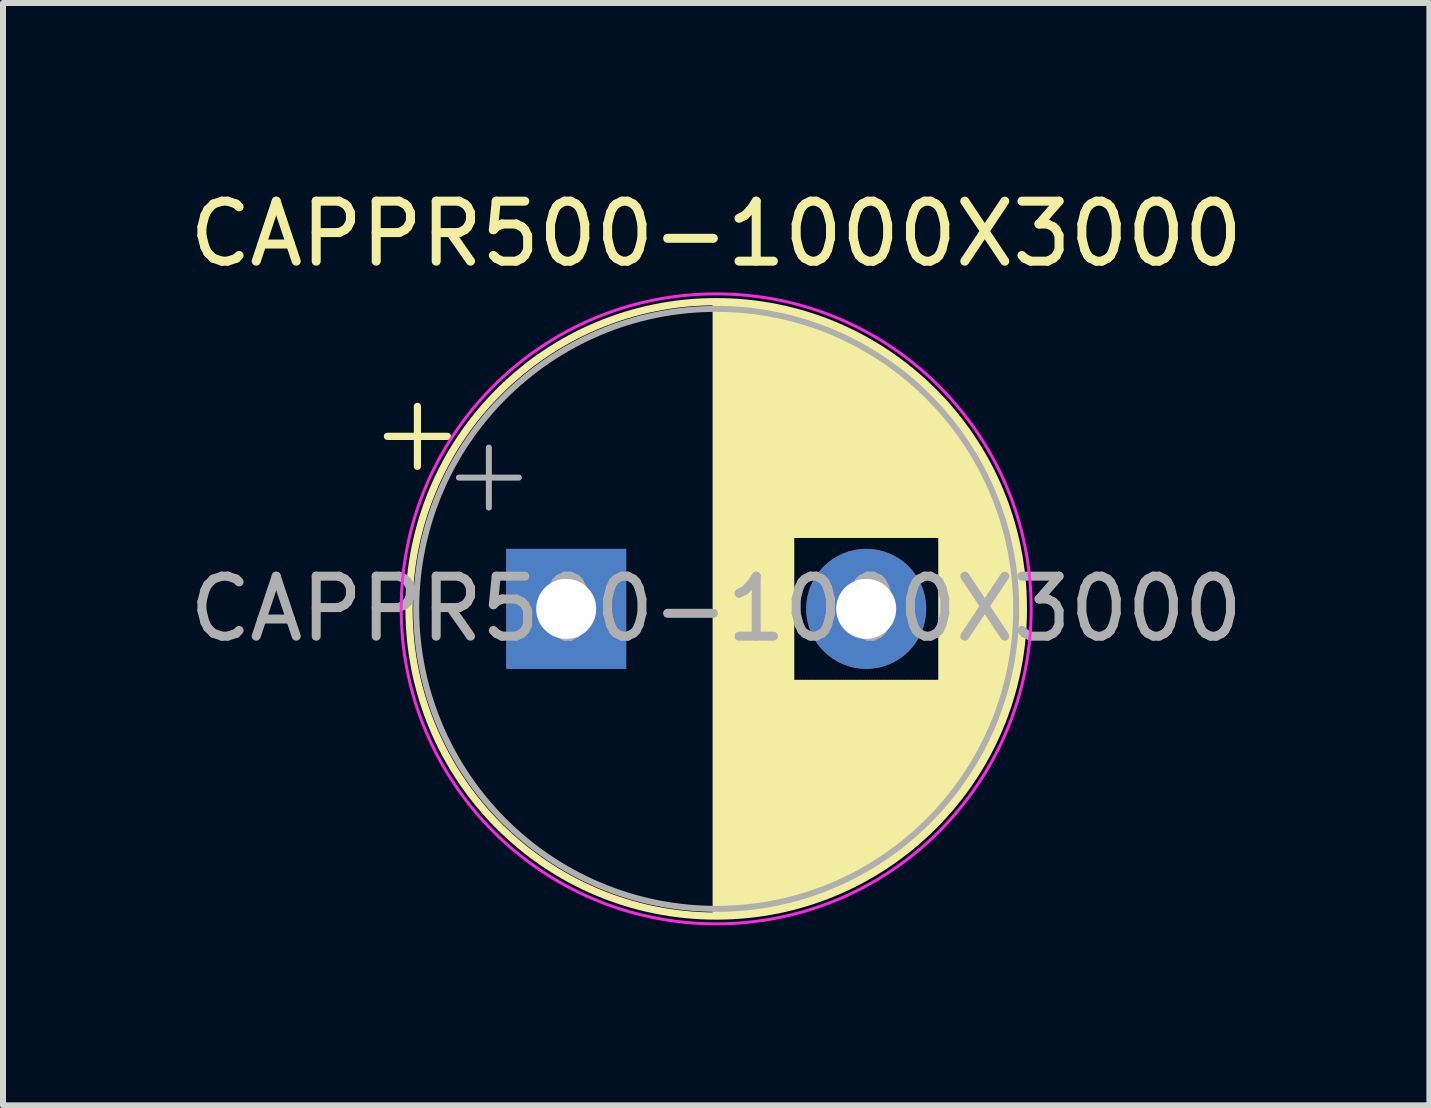
<source format=kicad_pcb>
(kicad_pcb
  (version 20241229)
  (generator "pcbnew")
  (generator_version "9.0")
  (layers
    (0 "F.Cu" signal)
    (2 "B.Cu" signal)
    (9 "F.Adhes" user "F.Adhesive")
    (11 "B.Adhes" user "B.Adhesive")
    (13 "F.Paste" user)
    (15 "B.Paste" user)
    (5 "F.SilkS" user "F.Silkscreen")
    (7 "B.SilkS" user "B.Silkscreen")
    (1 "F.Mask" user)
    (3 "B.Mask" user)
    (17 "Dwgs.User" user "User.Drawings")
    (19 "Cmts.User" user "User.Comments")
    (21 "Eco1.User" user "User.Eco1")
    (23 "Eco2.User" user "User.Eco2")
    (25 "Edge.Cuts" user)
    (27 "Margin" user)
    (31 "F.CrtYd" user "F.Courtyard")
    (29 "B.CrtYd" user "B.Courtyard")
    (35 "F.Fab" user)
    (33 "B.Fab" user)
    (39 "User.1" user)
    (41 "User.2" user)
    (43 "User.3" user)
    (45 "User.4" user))
  (footprint "CAPPR500-1000X3000"
    (layer "F.Cu")
    (at 6.387 7.098)
    (property "Reference" "CAPPR500-1000X3000" (at 2.5 -6.25 0) (layer "F.SilkS") (effects (font (size 1 1) (thickness 0.15))))
    (attr through_hole)
    (fp_line (start -2.98 -2.875) (end -1.98 -2.875) (stroke (width 0.12) (type solid)) (layer "F.SilkS"))
    (fp_line (start -2.48 -3.375) (end -2.48 -2.375) (stroke (width 0.12) (type solid)) (layer "F.SilkS"))
    (fp_line (start 2.5 -5.08) (end 2.5 5.08) (stroke (width 0.12) (type solid)) (layer "F.SilkS"))
    (fp_line (start 2.54 -5.08) (end 2.54 5.08) (stroke (width 0.12) (type solid)) (layer "F.SilkS"))
    (fp_line (start 2.58 -5.08) (end 2.58 5.08) (stroke (width 0.12) (type solid)) (layer "F.SilkS"))
    (fp_line (start 2.62 -5.079) (end 2.62 5.079) (stroke (width 0.12) (type solid)) (layer "F.SilkS"))
    (fp_line (start 2.66 -5.078) (end 2.66 5.078) (stroke (width 0.12) (type solid)) (layer "F.SilkS"))
    (fp_line (start 2.7 -5.077) (end 2.7 5.077) (stroke (width 0.12) (type solid)) (layer "F.SilkS"))
    (fp_line (start 2.74 -5.075) (end 2.74 5.075) (stroke (width 0.12) (type solid)) (layer "F.SilkS"))
    (fp_line (start 2.78 -5.073) (end 2.78 5.073) (stroke (width 0.12) (type solid)) (layer "F.SilkS"))
    (fp_line (start 2.82 -5.07) (end 2.82 5.07) (stroke (width 0.12) (type solid)) (layer "F.SilkS"))
    (fp_line (start 2.86 -5.068) (end 2.86 5.068) (stroke (width 0.12) (type solid)) (layer "F.SilkS"))
    (fp_line (start 2.9 -5.065) (end 2.9 5.065) (stroke (width 0.12) (type solid)) (layer "F.SilkS"))
    (fp_line (start 2.94 -5.062) (end 2.94 5.062) (stroke (width 0.12) (type solid)) (layer "F.SilkS"))
    (fp_line (start 2.98 -5.058) (end 2.98 5.058) (stroke (width 0.12) (type solid)) (layer "F.SilkS"))
    (fp_line (start 3.02 -5.054) (end 3.02 5.054) (stroke (width 0.12) (type solid)) (layer "F.SilkS"))
    (fp_line (start 3.06 -5.05) (end 3.06 5.05) (stroke (width 0.12) (type solid)) (layer "F.SilkS"))
    (fp_line (start 3.1 -5.045) (end 3.1 5.045) (stroke (width 0.12) (type solid)) (layer "F.SilkS"))
    (fp_line (start 3.14 -5.04) (end 3.14 5.04) (stroke (width 0.12) (type solid)) (layer "F.SilkS"))
    (fp_line (start 3.18 -5.035) (end 3.18 5.035) (stroke (width 0.12) (type solid)) (layer "F.SilkS"))
    (fp_line (start 3.221 -5.03) (end 3.221 5.03) (stroke (width 0.12) (type solid)) (layer "F.SilkS"))
    (fp_line (start 3.261 -5.024) (end 3.261 5.024) (stroke (width 0.12) (type solid)) (layer "F.SilkS"))
    (fp_line (start 3.301 -5.018) (end 3.301 5.018) (stroke (width 0.12) (type solid)) (layer "F.SilkS"))
    (fp_line (start 3.341 -5.011) (end 3.341 5.011) (stroke (width 0.12) (type solid)) (layer "F.SilkS"))
    (fp_line (start 3.381 -5.004) (end 3.381 5.004) (stroke (width 0.12) (type solid)) (layer "F.SilkS"))
    (fp_line (start 3.421 -4.997) (end 3.421 4.997) (stroke (width 0.12) (type solid)) (layer "F.SilkS"))
    (fp_line (start 3.461 -4.99) (end 3.461 4.99) (stroke (width 0.12) (type solid)) (layer "F.SilkS"))
    (fp_line (start 3.501 -4.982) (end 3.501 4.982) (stroke (width 0.12) (type solid)) (layer "F.SilkS"))
    (fp_line (start 3.541 -4.974) (end 3.541 4.974) (stroke (width 0.12) (type solid)) (layer "F.SilkS"))
    (fp_line (start 3.581 -4.965) (end 3.581 4.965) (stroke (width 0.12) (type solid)) (layer "F.SilkS"))
    (fp_line (start 3.621 -4.956) (end 3.621 4.956) (stroke (width 0.12) (type solid)) (layer "F.SilkS"))
    (fp_line (start 3.661 -4.947) (end 3.661 4.947) (stroke (width 0.12) (type solid)) (layer "F.SilkS"))
    (fp_line (start 3.701 -4.938) (end 3.701 4.938) (stroke (width 0.12) (type solid)) (layer "F.SilkS"))
    (fp_line (start 3.741 -4.928) (end 3.741 4.928) (stroke (width 0.12) (type solid)) (layer "F.SilkS"))
    (fp_line (start 3.781 -4.918) (end 3.781 -1.241) (stroke (width 0.12) (type solid)) (layer "F.SilkS"))
    (fp_line (start 3.781 1.241) (end 3.781 4.918) (stroke (width 0.12) (type solid)) (layer "F.SilkS"))
    (fp_line (start 3.821 -4.907) (end 3.821 -1.241) (stroke (width 0.12) (type solid)) (layer "F.SilkS"))
    (fp_line (start 3.821 1.241) (end 3.821 4.907) (stroke (width 0.12) (type solid)) (layer "F.SilkS"))
    (fp_line (start 3.861 -4.897) (end 3.861 -1.241) (stroke (width 0.12) (type solid)) (layer "F.SilkS"))
    (fp_line (start 3.861 1.241) (end 3.861 4.897) (stroke (width 0.12) (type solid)) (layer "F.SilkS"))
    (fp_line (start 3.901 -4.885) (end 3.901 -1.241) (stroke (width 0.12) (type solid)) (layer "F.SilkS"))
    (fp_line (start 3.901 1.241) (end 3.901 4.885) (stroke (width 0.12) (type solid)) (layer "F.SilkS"))
    (fp_line (start 3.941 -4.874) (end 3.941 -1.241) (stroke (width 0.12) (type solid)) (layer "F.SilkS"))
    (fp_line (start 3.941 1.241) (end 3.941 4.874) (stroke (width 0.12) (type solid)) (layer "F.SilkS"))
    (fp_line (start 3.981 -4.862) (end 3.981 -1.241) (stroke (width 0.12) (type solid)) (layer "F.SilkS"))
    (fp_line (start 3.981 1.241) (end 3.981 4.862) (stroke (width 0.12) (type solid)) (layer "F.SilkS"))
    (fp_line (start 4.021 -4.85) (end 4.021 -1.241) (stroke (width 0.12) (type solid)) (layer "F.SilkS"))
    (fp_line (start 4.021 1.241) (end 4.021 4.85) (stroke (width 0.12) (type solid)) (layer "F.SilkS"))
    (fp_line (start 4.061 -4.837) (end 4.061 -1.241) (stroke (width 0.12) (type solid)) (layer "F.SilkS"))
    (fp_line (start 4.061 1.241) (end 4.061 4.837) (stroke (width 0.12) (type solid)) (layer "F.SilkS"))
    (fp_line (start 4.101 -4.824) (end 4.101 -1.241) (stroke (width 0.12) (type solid)) (layer "F.SilkS"))
    (fp_line (start 4.101 1.241) (end 4.101 4.824) (stroke (width 0.12) (type solid)) (layer "F.SilkS"))
    (fp_line (start 4.141 -4.811) (end 4.141 -1.241) (stroke (width 0.12) (type solid)) (layer "F.SilkS"))
    (fp_line (start 4.141 1.241) (end 4.141 4.811) (stroke (width 0.12) (type solid)) (layer "F.SilkS"))
    (fp_line (start 4.181 -4.797) (end 4.181 -1.241) (stroke (width 0.12) (type solid)) (layer "F.SilkS"))
    (fp_line (start 4.181 1.241) (end 4.181 4.797) (stroke (width 0.12) (type solid)) (layer "F.SilkS"))
    (fp_line (start 4.221 -4.783) (end 4.221 -1.241) (stroke (width 0.12) (type solid)) (layer "F.SilkS"))
    (fp_line (start 4.221 1.241) (end 4.221 4.783) (stroke (width 0.12) (type solid)) (layer "F.SilkS"))
    (fp_line (start 4.261 -4.768) (end 4.261 -1.241) (stroke (width 0.12) (type solid)) (layer "F.SilkS"))
    (fp_line (start 4.261 1.241) (end 4.261 4.768) (stroke (width 0.12) (type solid)) (layer "F.SilkS"))
    (fp_line (start 4.301 -4.754) (end 4.301 -1.241) (stroke (width 0.12) (type solid)) (layer "F.SilkS"))
    (fp_line (start 4.301 1.241) (end 4.301 4.754) (stroke (width 0.12) (type solid)) (layer "F.SilkS"))
    (fp_line (start 4.341 -4.738) (end 4.341 -1.241) (stroke (width 0.12) (type solid)) (layer "F.SilkS"))
    (fp_line (start 4.341 1.241) (end 4.341 4.738) (stroke (width 0.12) (type solid)) (layer "F.SilkS"))
    (fp_line (start 4.381 -4.723) (end 4.381 -1.241) (stroke (width 0.12) (type solid)) (layer "F.SilkS"))
    (fp_line (start 4.381 1.241) (end 4.381 4.723) (stroke (width 0.12) (type solid)) (layer "F.SilkS"))
    (fp_line (start 4.421 -4.707) (end 4.421 -1.241) (stroke (width 0.12) (type solid)) (layer "F.SilkS"))
    (fp_line (start 4.421 1.241) (end 4.421 4.707) (stroke (width 0.12) (type solid)) (layer "F.SilkS"))
    (fp_line (start 4.461 -4.69) (end 4.461 -1.241) (stroke (width 0.12) (type solid)) (layer "F.SilkS"))
    (fp_line (start 4.461 1.241) (end 4.461 4.69) (stroke (width 0.12) (type solid)) (layer "F.SilkS"))
    (fp_line (start 4.501 -4.674) (end 4.501 -1.241) (stroke (width 0.12) (type solid)) (layer "F.SilkS"))
    (fp_line (start 4.501 1.241) (end 4.501 4.674) (stroke (width 0.12) (type solid)) (layer "F.SilkS"))
    (fp_line (start 4.541 -4.657) (end 4.541 -1.241) (stroke (width 0.12) (type solid)) (layer "F.SilkS"))
    (fp_line (start 4.541 1.241) (end 4.541 4.657) (stroke (width 0.12) (type solid)) (layer "F.SilkS"))
    (fp_line (start 4.581 -4.639) (end 4.581 -1.241) (stroke (width 0.12) (type solid)) (layer "F.SilkS"))
    (fp_line (start 4.581 1.241) (end 4.581 4.639) (stroke (width 0.12) (type solid)) (layer "F.SilkS"))
    (fp_line (start 4.621 -4.621) (end 4.621 -1.241) (stroke (width 0.12) (type solid)) (layer "F.SilkS"))
    (fp_line (start 4.621 1.241) (end 4.621 4.621) (stroke (width 0.12) (type solid)) (layer "F.SilkS"))
    (fp_line (start 4.661 -4.603) (end 4.661 -1.241) (stroke (width 0.12) (type solid)) (layer "F.SilkS"))
    (fp_line (start 4.661 1.241) (end 4.661 4.603) (stroke (width 0.12) (type solid)) (layer "F.SilkS"))
    (fp_line (start 4.701 -4.584) (end 4.701 -1.241) (stroke (width 0.12) (type solid)) (layer "F.SilkS"))
    (fp_line (start 4.701 1.241) (end 4.701 4.584) (stroke (width 0.12) (type solid)) (layer "F.SilkS"))
    (fp_line (start 4.741 -4.564) (end 4.741 -1.241) (stroke (width 0.12) (type solid)) (layer "F.SilkS"))
    (fp_line (start 4.741 1.241) (end 4.741 4.564) (stroke (width 0.12) (type solid)) (layer "F.SilkS"))
    (fp_line (start 4.781 -4.545) (end 4.781 -1.241) (stroke (width 0.12) (type solid)) (layer "F.SilkS"))
    (fp_line (start 4.781 1.241) (end 4.781 4.545) (stroke (width 0.12) (type solid)) (layer "F.SilkS"))
    (fp_line (start 4.821 -4.525) (end 4.821 -1.241) (stroke (width 0.12) (type solid)) (layer "F.SilkS"))
    (fp_line (start 4.821 1.241) (end 4.821 4.525) (stroke (width 0.12) (type solid)) (layer "F.SilkS"))
    (fp_line (start 4.861 -4.504) (end 4.861 -1.241) (stroke (width 0.12) (type solid)) (layer "F.SilkS"))
    (fp_line (start 4.861 1.241) (end 4.861 4.504) (stroke (width 0.12) (type solid)) (layer "F.SilkS"))
    (fp_line (start 4.901 -4.483) (end 4.901 -1.241) (stroke (width 0.12) (type solid)) (layer "F.SilkS"))
    (fp_line (start 4.901 1.241) (end 4.901 4.483) (stroke (width 0.12) (type solid)) (layer "F.SilkS"))
    (fp_line (start 4.941 -4.462) (end 4.941 -1.241) (stroke (width 0.12) (type solid)) (layer "F.SilkS"))
    (fp_line (start 4.941 1.241) (end 4.941 4.462) (stroke (width 0.12) (type solid)) (layer "F.SilkS"))
    (fp_line (start 4.981 -4.44) (end 4.981 -1.241) (stroke (width 0.12) (type solid)) (layer "F.SilkS"))
    (fp_line (start 4.981 1.241) (end 4.981 4.44) (stroke (width 0.12) (type solid)) (layer "F.SilkS"))
    (fp_line (start 5.021 -4.417) (end 5.021 -1.241) (stroke (width 0.12) (type solid)) (layer "F.SilkS"))
    (fp_line (start 5.021 1.241) (end 5.021 4.417) (stroke (width 0.12) (type solid)) (layer "F.SilkS"))
    (fp_line (start 5.061 -4.395) (end 5.061 -1.241) (stroke (width 0.12) (type solid)) (layer "F.SilkS"))
    (fp_line (start 5.061 1.241) (end 5.061 4.395) (stroke (width 0.12) (type solid)) (layer "F.SilkS"))
    (fp_line (start 5.101 -4.371) (end 5.101 -1.241) (stroke (width 0.12) (type solid)) (layer "F.SilkS"))
    (fp_line (start 5.101 1.241) (end 5.101 4.371) (stroke (width 0.12) (type solid)) (layer "F.SilkS"))
    (fp_line (start 5.141 -4.347) (end 5.141 -1.241) (stroke (width 0.12) (type solid)) (layer "F.SilkS"))
    (fp_line (start 5.141 1.241) (end 5.141 4.347) (stroke (width 0.12) (type solid)) (layer "F.SilkS"))
    (fp_line (start 5.181 -4.323) (end 5.181 -1.241) (stroke (width 0.12) (type solid)) (layer "F.SilkS"))
    (fp_line (start 5.181 1.241) (end 5.181 4.323) (stroke (width 0.12) (type solid)) (layer "F.SilkS"))
    (fp_line (start 5.221 -4.298) (end 5.221 -1.241) (stroke (width 0.12) (type solid)) (layer "F.SilkS"))
    (fp_line (start 5.221 1.241) (end 5.221 4.298) (stroke (width 0.12) (type solid)) (layer "F.SilkS"))
    (fp_line (start 5.261 -4.273) (end 5.261 -1.241) (stroke (width 0.12) (type solid)) (layer "F.SilkS"))
    (fp_line (start 5.261 1.241) (end 5.261 4.273) (stroke (width 0.12) (type solid)) (layer "F.SilkS"))
    (fp_line (start 5.301 -4.247) (end 5.301 -1.241) (stroke (width 0.12) (type solid)) (layer "F.SilkS"))
    (fp_line (start 5.301 1.241) (end 5.301 4.247) (stroke (width 0.12) (type solid)) (layer "F.SilkS"))
    (fp_line (start 5.341 -4.221) (end 5.341 -1.241) (stroke (width 0.12) (type solid)) (layer "F.SilkS"))
    (fp_line (start 5.341 1.241) (end 5.341 4.221) (stroke (width 0.12) (type solid)) (layer "F.SilkS"))
    (fp_line (start 5.381 -4.194) (end 5.381 -1.241) (stroke (width 0.12) (type solid)) (layer "F.SilkS"))
    (fp_line (start 5.381 1.241) (end 5.381 4.194) (stroke (width 0.12) (type solid)) (layer "F.SilkS"))
    (fp_line (start 5.421 -4.166) (end 5.421 -1.241) (stroke (width 0.12) (type solid)) (layer "F.SilkS"))
    (fp_line (start 5.421 1.241) (end 5.421 4.166) (stroke (width 0.12) (type solid)) (layer "F.SilkS"))
    (fp_line (start 5.461 -4.138) (end 5.461 -1.241) (stroke (width 0.12) (type solid)) (layer "F.SilkS"))
    (fp_line (start 5.461 1.241) (end 5.461 4.138) (stroke (width 0.12) (type solid)) (layer "F.SilkS"))
    (fp_line (start 5.501 -4.11) (end 5.501 -1.241) (stroke (width 0.12) (type solid)) (layer "F.SilkS"))
    (fp_line (start 5.501 1.241) (end 5.501 4.11) (stroke (width 0.12) (type solid)) (layer "F.SilkS"))
    (fp_line (start 5.541 -4.08) (end 5.541 -1.241) (stroke (width 0.12) (type solid)) (layer "F.SilkS"))
    (fp_line (start 5.541 1.241) (end 5.541 4.08) (stroke (width 0.12) (type solid)) (layer "F.SilkS"))
    (fp_line (start 5.581 -4.05) (end 5.581 -1.241) (stroke (width 0.12) (type solid)) (layer "F.SilkS"))
    (fp_line (start 5.581 1.241) (end 5.581 4.05) (stroke (width 0.12) (type solid)) (layer "F.SilkS"))
    (fp_line (start 5.621 -4.02) (end 5.621 -1.241) (stroke (width 0.12) (type solid)) (layer "F.SilkS"))
    (fp_line (start 5.621 1.241) (end 5.621 4.02) (stroke (width 0.12) (type solid)) (layer "F.SilkS"))
    (fp_line (start 5.661 -3.989) (end 5.661 -1.241) (stroke (width 0.12) (type solid)) (layer "F.SilkS"))
    (fp_line (start 5.661 1.241) (end 5.661 3.989) (stroke (width 0.12) (type solid)) (layer "F.SilkS"))
    (fp_line (start 5.701 -3.957) (end 5.701 -1.241) (stroke (width 0.12) (type solid)) (layer "F.SilkS"))
    (fp_line (start 5.701 1.241) (end 5.701 3.957) (stroke (width 0.12) (type solid)) (layer "F.SilkS"))
    (fp_line (start 5.741 -3.925) (end 5.741 -1.241) (stroke (width 0.12) (type solid)) (layer "F.SilkS"))
    (fp_line (start 5.741 1.241) (end 5.741 3.925) (stroke (width 0.12) (type solid)) (layer "F.SilkS"))
    (fp_line (start 5.781 -3.892) (end 5.781 -1.241) (stroke (width 0.12) (type solid)) (layer "F.SilkS"))
    (fp_line (start 5.781 1.241) (end 5.781 3.892) (stroke (width 0.12) (type solid)) (layer "F.SilkS"))
    (fp_line (start 5.821 -3.858) (end 5.821 -1.241) (stroke (width 0.12) (type solid)) (layer "F.SilkS"))
    (fp_line (start 5.821 1.241) (end 5.821 3.858) (stroke (width 0.12) (type solid)) (layer "F.SilkS"))
    (fp_line (start 5.861 -3.824) (end 5.861 -1.241) (stroke (width 0.12) (type solid)) (layer "F.SilkS"))
    (fp_line (start 5.861 1.241) (end 5.861 3.824) (stroke (width 0.12) (type solid)) (layer "F.SilkS"))
    (fp_line (start 5.901 -3.789) (end 5.901 -1.241) (stroke (width 0.12) (type solid)) (layer "F.SilkS"))
    (fp_line (start 5.901 1.241) (end 5.901 3.789) (stroke (width 0.12) (type solid)) (layer "F.SilkS"))
    (fp_line (start 5.941 -3.753) (end 5.941 -1.241) (stroke (width 0.12) (type solid)) (layer "F.SilkS"))
    (fp_line (start 5.941 1.241) (end 5.941 3.753) (stroke (width 0.12) (type solid)) (layer "F.SilkS"))
    (fp_line (start 5.981 -3.716) (end 5.981 -1.241) (stroke (width 0.12) (type solid)) (layer "F.SilkS"))
    (fp_line (start 5.981 1.241) (end 5.981 3.716) (stroke (width 0.12) (type solid)) (layer "F.SilkS"))
    (fp_line (start 6.021 -3.679) (end 6.021 -1.241) (stroke (width 0.12) (type solid)) (layer "F.SilkS"))
    (fp_line (start 6.021 1.241) (end 6.021 3.679) (stroke (width 0.12) (type solid)) (layer "F.SilkS"))
    (fp_line (start 6.061 -3.64) (end 6.061 -1.241) (stroke (width 0.12) (type solid)) (layer "F.SilkS"))
    (fp_line (start 6.061 1.241) (end 6.061 3.64) (stroke (width 0.12) (type solid)) (layer "F.SilkS"))
    (fp_line (start 6.101 -3.601) (end 6.101 -1.241) (stroke (width 0.12) (type solid)) (layer "F.SilkS"))
    (fp_line (start 6.101 1.241) (end 6.101 3.601) (stroke (width 0.12) (type solid)) (layer "F.SilkS"))
    (fp_line (start 6.141 -3.561) (end 6.141 -1.241) (stroke (width 0.12) (type solid)) (layer "F.SilkS"))
    (fp_line (start 6.141 1.241) (end 6.141 3.561) (stroke (width 0.12) (type solid)) (layer "F.SilkS"))
    (fp_line (start 6.181 -3.52) (end 6.181 -1.241) (stroke (width 0.12) (type solid)) (layer "F.SilkS"))
    (fp_line (start 6.181 1.241) (end 6.181 3.52) (stroke (width 0.12) (type solid)) (layer "F.SilkS"))
    (fp_line (start 6.221 -3.478) (end 6.221 -1.241) (stroke (width 0.12) (type solid)) (layer "F.SilkS"))
    (fp_line (start 6.221 1.241) (end 6.221 3.478) (stroke (width 0.12) (type solid)) (layer "F.SilkS"))
    (fp_line (start 6.261 -3.436) (end 6.261 3.436) (stroke (width 0.12) (type solid)) (layer "F.SilkS"))
    (fp_line (start 6.301 -3.392) (end 6.301 3.392) (stroke (width 0.12) (type solid)) (layer "F.SilkS"))
    (fp_line (start 6.341 -3.347) (end 6.341 3.347) (stroke (width 0.12) (type solid)) (layer "F.SilkS"))
    (fp_line (start 6.381 -3.301) (end 6.381 3.301) (stroke (width 0.12) (type solid)) (layer "F.SilkS"))
    (fp_line (start 6.421 -3.254) (end 6.421 3.254) (stroke (width 0.12) (type solid)) (layer "F.SilkS"))
    (fp_line (start 6.461 -3.206) (end 6.461 3.206) (stroke (width 0.12) (type solid)) (layer "F.SilkS"))
    (fp_line (start 6.501 -3.156) (end 6.501 3.156) (stroke (width 0.12) (type solid)) (layer "F.SilkS"))
    (fp_line (start 6.541 -3.106) (end 6.541 3.106) (stroke (width 0.12) (type solid)) (layer "F.SilkS"))
    (fp_line (start 6.581 -3.054) (end 6.581 3.054) (stroke (width 0.12) (type solid)) (layer "F.SilkS"))
    (fp_line (start 6.621 -3) (end 6.621 3) (stroke (width 0.12) (type solid)) (layer "F.SilkS"))
    (fp_line (start 6.661 -2.945) (end 6.661 2.945) (stroke (width 0.12) (type solid)) (layer "F.SilkS"))
    (fp_line (start 6.701 -2.889) (end 6.701 2.889) (stroke (width 0.12) (type solid)) (layer "F.SilkS"))
    (fp_line (start 6.741 -2.83) (end 6.741 2.83) (stroke (width 0.12) (type solid)) (layer "F.SilkS"))
    (fp_line (start 6.781 -2.77) (end 6.781 2.77) (stroke (width 0.12) (type solid)) (layer "F.SilkS"))
    (fp_line (start 6.821 -2.709) (end 6.821 2.709) (stroke (width 0.12) (type solid)) (layer "F.SilkS"))
    (fp_line (start 6.861 -2.645) (end 6.861 2.645) (stroke (width 0.12) (type solid)) (layer "F.SilkS"))
    (fp_line (start 6.901 -2.579) (end 6.901 2.579) (stroke (width 0.12) (type solid)) (layer "F.SilkS"))
    (fp_line (start 6.941 -2.51) (end 6.941 2.51) (stroke (width 0.12) (type solid)) (layer "F.SilkS"))
    (fp_line (start 6.981 -2.439) (end 6.981 2.439) (stroke (width 0.12) (type solid)) (layer "F.SilkS"))
    (fp_line (start 7.021 -2.365) (end 7.021 2.365) (stroke (width 0.12) (type solid)) (layer "F.SilkS"))
    (fp_line (start 7.061 -2.289) (end 7.061 2.289) (stroke (width 0.12) (type solid)) (layer "F.SilkS"))
    (fp_line (start 7.101 -2.209) (end 7.101 2.209) (stroke (width 0.12) (type solid)) (layer "F.SilkS"))
    (fp_line (start 7.141 -2.125) (end 7.141 2.125) (stroke (width 0.12) (type solid)) (layer "F.SilkS"))
    (fp_line (start 7.181 -2.037) (end 7.181 2.037) (stroke (width 0.12) (type solid)) (layer "F.SilkS"))
    (fp_line (start 7.221 -1.944) (end 7.221 1.944) (stroke (width 0.12) (type solid)) (layer "F.SilkS"))
    (fp_line (start 7.261 -1.846) (end 7.261 1.846) (stroke (width 0.12) (type solid)) (layer "F.SilkS"))
    (fp_line (start 7.301 -1.742) (end 7.301 1.742) (stroke (width 0.12) (type solid)) (layer "F.SilkS"))
    (fp_line (start 7.341 -1.63) (end 7.341 1.63) (stroke (width 0.12) (type solid)) (layer "F.SilkS"))
    (fp_line (start 7.381 -1.51) (end 7.381 1.51) (stroke (width 0.12) (type solid)) (layer "F.SilkS"))
    (fp_line (start 7.421 -1.378) (end 7.421 1.378) (stroke (width 0.12) (type solid)) (layer "F.SilkS"))
    (fp_line (start 7.461 -1.23) (end 7.461 1.23) (stroke (width 0.12) (type solid)) (layer "F.SilkS"))
    (fp_line (start 7.501 -1.062) (end 7.501 1.062) (stroke (width 0.12) (type solid)) (layer "F.SilkS"))
    (fp_line (start 7.541 -0.862) (end 7.541 0.862) (stroke (width 0.12) (type solid)) (layer "F.SilkS"))
    (fp_line (start 7.581 -0.599) (end 7.581 0.599) (stroke (width 0.12) (type solid)) (layer "F.SilkS"))
    (fp_circle (center 2.5 0) (end 7.62 0) (stroke (width 0.12) (type solid)) (fill no) (layer "F.SilkS"))
    (fp_circle (center 2.5 0) (end 7.75 0) (stroke (width 0.05) (type solid)) (fill no) (layer "F.CrtYd"))
    (fp_line (start -1.789 -2.188) (end -0.789 -2.188) (stroke (width 0.1) (type solid)) (layer "F.Fab"))
    (fp_line (start -1.289 -2.688) (end -1.289 -1.688) (stroke (width 0.1) (type solid)) (layer "F.Fab"))
    (fp_circle (center 2.5 0) (end 7.5 0) (stroke (width 0.1) (type solid)) (fill no) (layer "F.Fab"))
    (fp_text user "${REFERENCE}" (at 2.5 0 0) (layer "F.Fab") (effects (font (size 1 1) (thickness 0.15))))
    (pad "1" thru_hole rect (at 0 0) (size 2 2) (drill 1) (layers "*.Cu" "*.Mask"))
    (pad "2" thru_hole circle (at 5 0) (size 2 2) (drill 1) (layers "*.Cu" "*.Mask")))
  (gr_rect
    (start -3 -3)
    (end 20.774 15.373)
    (stroke (width 0.1) (type default))
    (fill no)
    (layer "Edge.Cuts")))
</source>
